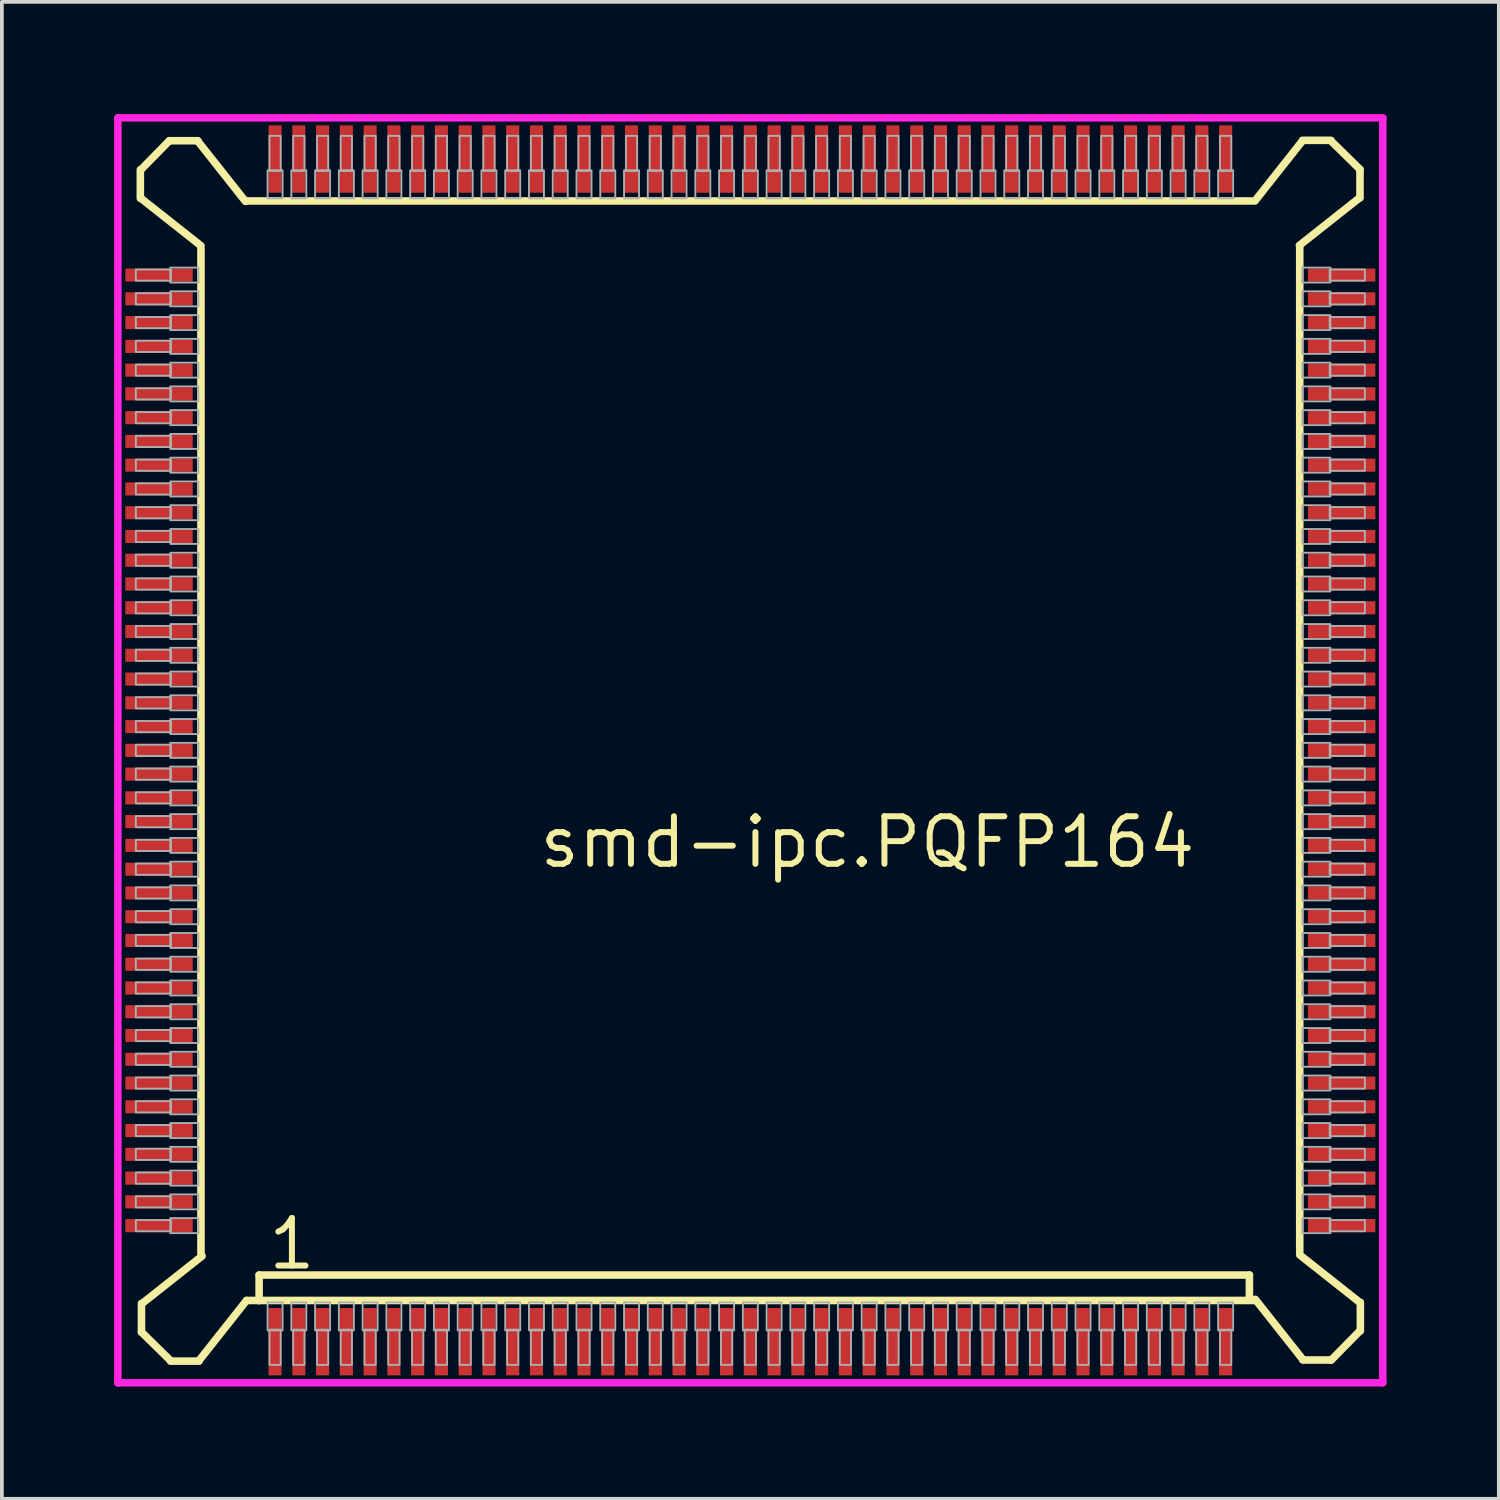
<source format=kicad_pcb>
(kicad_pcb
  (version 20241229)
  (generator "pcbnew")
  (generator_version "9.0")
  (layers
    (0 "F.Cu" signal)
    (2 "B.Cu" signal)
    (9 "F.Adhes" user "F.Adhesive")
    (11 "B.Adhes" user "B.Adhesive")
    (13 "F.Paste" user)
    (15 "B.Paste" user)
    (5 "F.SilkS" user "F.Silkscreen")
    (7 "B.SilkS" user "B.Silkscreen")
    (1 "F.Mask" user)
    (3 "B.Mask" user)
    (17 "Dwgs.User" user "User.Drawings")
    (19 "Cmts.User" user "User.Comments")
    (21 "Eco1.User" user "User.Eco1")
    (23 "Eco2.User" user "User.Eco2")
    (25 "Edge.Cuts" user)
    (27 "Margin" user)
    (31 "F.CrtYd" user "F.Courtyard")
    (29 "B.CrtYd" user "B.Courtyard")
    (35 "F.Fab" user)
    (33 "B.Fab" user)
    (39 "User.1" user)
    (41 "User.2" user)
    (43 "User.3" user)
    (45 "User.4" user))
  (footprint "smd-ipc.PQFP164"
    (layer "F.Cu")
    (at 17 17)
    (property "Reference" "smd-ipc.PQFP164" (at -5.715 3.195 0) (layer "F.SilkS") (effects (font (size 1.27 1.27) (thickness 0.16)) (justify left bottom)))
    (attr smd)
    (fp_line (start -16.3 -15.514) (end -16.3 -14.752) (stroke (width 0.203) (type default)) (layer "F.SilkS"))
    (fp_line (start -16.286 -14.752) (end -14.68 -13.482) (stroke (width 0.203) (type default)) (layer "F.SilkS"))
    (fp_line (start -16.27 14.782) (end -16.27 15.544) (stroke (width 0.203) (type default)) (layer "F.SilkS"))
    (fp_line (start -16.27 15.544) (end -15.494 16.306) (stroke (width 0.203) (type default)) (layer "F.SilkS"))
    (fp_line (start -15.524 -16.29) (end -16.286 -15.514) (stroke (width 0.203) (type default)) (layer "F.SilkS"))
    (fp_line (start -15.494 16.32) (end -14.732 16.32) (stroke (width 0.203) (type default)) (layer "F.SilkS"))
    (fp_line (start -14.762 -16.29) (end -15.524 -16.29) (stroke (width 0.203) (type default)) (layer "F.SilkS"))
    (fp_line (start -14.732 16.306) (end -13.462 14.7) (stroke (width 0.203) (type default)) (layer "F.SilkS"))
    (fp_line (start -14.68 -13.4) (end -14.68 13.442) (stroke (width 0.203) (type default)) (layer "F.SilkS"))
    (fp_line (start -14.65 13.512) (end -16.256 14.782) (stroke (width 0.203) (type default)) (layer "F.SilkS"))
    (fp_line (start -13.492 -14.67) (end -14.762 -16.276) (stroke (width 0.203) (type default)) (layer "F.SilkS"))
    (fp_line (start -13.462 14.7) (end -13.126 14.7) (stroke (width 0.203) (type default)) (layer "F.SilkS"))
    (fp_line (start -13.126 14.02) (end 13.335 14.02) (stroke (width 0.203) (type default)) (layer "F.SilkS"))
    (fp_line (start -13.126 14.7) (end -13.126 14.02) (stroke (width 0.203) (type default)) (layer "F.SilkS"))
    (fp_line (start -13.126 14.7) (end 13.462 14.7) (stroke (width 0.203) (type default)) (layer "F.SilkS"))
    (fp_line (start 13.335 14.02) (end 13.335 14.655) (stroke (width 0.203) (type default)) (layer "F.SilkS"))
    (fp_line (start 13.4 -14.68) (end -13.442 -14.68) (stroke (width 0.203) (type default)) (layer "F.SilkS"))
    (fp_line (start 13.492 14.67) (end 14.762 16.276) (stroke (width 0.203) (type default)) (layer "F.SilkS"))
    (fp_line (start 14.67 -13.492) (end 16.276 -14.762) (stroke (width 0.203) (type default)) (layer "F.SilkS"))
    (fp_line (start 14.68 13.4) (end 14.68 -13.442) (stroke (width 0.203) (type default)) (layer "F.SilkS"))
    (fp_line (start 14.752 -16.286) (end 13.482 -14.68) (stroke (width 0.203) (type default)) (layer "F.SilkS"))
    (fp_line (start 14.762 16.29) (end 15.524 16.29) (stroke (width 0.203) (type default)) (layer "F.SilkS"))
    (fp_line (start 15.514 -16.3) (end 14.752 -16.3) (stroke (width 0.203) (type default)) (layer "F.SilkS"))
    (fp_line (start 15.524 16.29) (end 16.286 15.514) (stroke (width 0.203) (type default)) (layer "F.SilkS"))
    (fp_line (start 16.286 14.752) (end 14.68 13.482) (stroke (width 0.203) (type default)) (layer "F.SilkS"))
    (fp_line (start 16.29 -15.524) (end 15.514 -16.286) (stroke (width 0.203) (type default)) (layer "F.SilkS"))
    (fp_line (start 16.29 -14.762) (end 16.29 -15.524) (stroke (width 0.203) (type default)) (layer "F.SilkS"))
    (fp_line (start 16.3 15.514) (end 16.3 14.752) (stroke (width 0.203) (type default)) (layer "F.SilkS"))
    (fp_line (start -16.9 -16.9) (end 16.9 -16.9) (stroke (width 0.2) (type default)) (layer "F.CrtYd"))
    (fp_line (start -16.9 16.9) (end -16.9 -16.9) (stroke (width 0.2) (type default)) (layer "F.CrtYd"))
    (fp_line (start 16.9 -16.9) (end 16.9 16.9) (stroke (width 0.2) (type default)) (layer "F.CrtYd"))
    (fp_line (start 16.9 16.9) (end -16.9 16.9) (stroke (width 0.2) (type default)) (layer "F.CrtYd"))
    (fp_rect (start -16.42 -12.55) (end -15.48 -12.85) (stroke (width 0.05) (type default)) (fill no) (layer "F.Fab"))
    (fp_rect (start -16.42 -11.915) (end -15.48 -12.215) (stroke (width 0.05) (type default)) (fill no) (layer "F.Fab"))
    (fp_rect (start -16.42 -11.28) (end -15.48 -11.58) (stroke (width 0.05) (type default)) (fill no) (layer "F.Fab"))
    (fp_rect (start -16.42 -10.645) (end -15.48 -10.945) (stroke (width 0.05) (type default)) (fill no) (layer "F.Fab"))
    (fp_rect (start -16.42 -10.01) (end -15.48 -10.31) (stroke (width 0.05) (type default)) (fill no) (layer "F.Fab"))
    (fp_rect (start -16.42 -9.375) (end -15.48 -9.675) (stroke (width 0.05) (type default)) (fill no) (layer "F.Fab"))
    (fp_rect (start -16.42 -8.74) (end -15.48 -9.04) (stroke (width 0.05) (type default)) (fill no) (layer "F.Fab"))
    (fp_rect (start -16.42 -8.105) (end -15.48 -8.405) (stroke (width 0.05) (type default)) (fill no) (layer "F.Fab"))
    (fp_rect (start -16.42 -7.47) (end -15.48 -7.77) (stroke (width 0.05) (type default)) (fill no) (layer "F.Fab"))
    (fp_rect (start -16.42 -6.835) (end -15.48 -7.135) (stroke (width 0.05) (type default)) (fill no) (layer "F.Fab"))
    (fp_rect (start -16.42 -6.2) (end -15.48 -6.5) (stroke (width 0.05) (type default)) (fill no) (layer "F.Fab"))
    (fp_rect (start -16.42 -5.565) (end -15.48 -5.865) (stroke (width 0.05) (type default)) (fill no) (layer "F.Fab"))
    (fp_rect (start -16.42 -4.93) (end -15.48 -5.23) (stroke (width 0.05) (type default)) (fill no) (layer "F.Fab"))
    (fp_rect (start -16.42 -4.295) (end -15.48 -4.595) (stroke (width 0.05) (type default)) (fill no) (layer "F.Fab"))
    (fp_rect (start -16.42 -3.66) (end -15.48 -3.96) (stroke (width 0.05) (type default)) (fill no) (layer "F.Fab"))
    (fp_rect (start -16.42 -3.025) (end -15.48 -3.325) (stroke (width 0.05) (type default)) (fill no) (layer "F.Fab"))
    (fp_rect (start -16.42 -2.39) (end -15.48 -2.69) (stroke (width 0.05) (type default)) (fill no) (layer "F.Fab"))
    (fp_rect (start -16.42 -1.755) (end -15.48 -2.055) (stroke (width 0.05) (type default)) (fill no) (layer "F.Fab"))
    (fp_rect (start -16.42 -1.12) (end -15.48 -1.42) (stroke (width 0.05) (type default)) (fill no) (layer "F.Fab"))
    (fp_rect (start -16.42 -0.485) (end -15.48 -0.785) (stroke (width 0.05) (type default)) (fill no) (layer "F.Fab"))
    (fp_rect (start -16.42 0.15) (end -15.48 -0.15) (stroke (width 0.05) (type default)) (fill no) (layer "F.Fab"))
    (fp_rect (start -16.42 0.785) (end -15.48 0.485) (stroke (width 0.05) (type default)) (fill no) (layer "F.Fab"))
    (fp_rect (start -16.42 1.42) (end -15.48 1.12) (stroke (width 0.05) (type default)) (fill no) (layer "F.Fab"))
    (fp_rect (start -16.42 2.055) (end -15.48 1.755) (stroke (width 0.05) (type default)) (fill no) (layer "F.Fab"))
    (fp_rect (start -16.42 2.69) (end -15.48 2.39) (stroke (width 0.05) (type default)) (fill no) (layer "F.Fab"))
    (fp_rect (start -16.42 3.325) (end -15.48 3.025) (stroke (width 0.05) (type default)) (fill no) (layer "F.Fab"))
    (fp_rect (start -16.42 3.96) (end -15.48 3.66) (stroke (width 0.05) (type default)) (fill no) (layer "F.Fab"))
    (fp_rect (start -16.42 4.595) (end -15.48 4.295) (stroke (width 0.05) (type default)) (fill no) (layer "F.Fab"))
    (fp_rect (start -16.42 5.23) (end -15.48 4.93) (stroke (width 0.05) (type default)) (fill no) (layer "F.Fab"))
    (fp_rect (start -16.42 5.865) (end -15.48 5.565) (stroke (width 0.05) (type default)) (fill no) (layer "F.Fab"))
    (fp_rect (start -16.42 6.5) (end -15.48 6.2) (stroke (width 0.05) (type default)) (fill no) (layer "F.Fab"))
    (fp_rect (start -16.42 7.135) (end -15.48 6.835) (stroke (width 0.05) (type default)) (fill no) (layer "F.Fab"))
    (fp_rect (start -16.42 7.77) (end -15.48 7.47) (stroke (width 0.05) (type default)) (fill no) (layer "F.Fab"))
    (fp_rect (start -16.42 8.405) (end -15.48 8.105) (stroke (width 0.05) (type default)) (fill no) (layer "F.Fab"))
    (fp_rect (start -16.42 9.04) (end -15.48 8.74) (stroke (width 0.05) (type default)) (fill no) (layer "F.Fab"))
    (fp_rect (start -16.42 9.675) (end -15.48 9.375) (stroke (width 0.05) (type default)) (fill no) (layer "F.Fab"))
    (fp_rect (start -16.42 10.31) (end -15.48 10.01) (stroke (width 0.05) (type default)) (fill no) (layer "F.Fab"))
    (fp_rect (start -16.42 10.945) (end -15.48 10.645) (stroke (width 0.05) (type default)) (fill no) (layer "F.Fab"))
    (fp_rect (start -16.42 11.58) (end -15.48 11.28) (stroke (width 0.05) (type default)) (fill no) (layer "F.Fab"))
    (fp_rect (start -16.42 12.215) (end -15.48 11.915) (stroke (width 0.05) (type default)) (fill no) (layer "F.Fab"))
    (fp_rect (start -16.42 12.85) (end -15.48 12.55) (stroke (width 0.05) (type default)) (fill no) (layer "F.Fab"))
    (fp_rect (start -15.5 -12.5) (end -14.75 -12.9) (stroke (width 0.05) (type default)) (fill no) (layer "F.Fab"))
    (fp_rect (start -15.5 -11.865) (end -14.75 -12.265) (stroke (width 0.05) (type default)) (fill no) (layer "F.Fab"))
    (fp_rect (start -15.5 -11.23) (end -14.75 -11.63) (stroke (width 0.05) (type default)) (fill no) (layer "F.Fab"))
    (fp_rect (start -15.5 -10.595) (end -14.75 -10.995) (stroke (width 0.05) (type default)) (fill no) (layer "F.Fab"))
    (fp_rect (start -15.5 -9.96) (end -14.75 -10.36) (stroke (width 0.05) (type default)) (fill no) (layer "F.Fab"))
    (fp_rect (start -15.5 -9.325) (end -14.75 -9.725) (stroke (width 0.05) (type default)) (fill no) (layer "F.Fab"))
    (fp_rect (start -15.5 -8.69) (end -14.75 -9.09) (stroke (width 0.05) (type default)) (fill no) (layer "F.Fab"))
    (fp_rect (start -15.5 -8.055) (end -14.75 -8.455) (stroke (width 0.05) (type default)) (fill no) (layer "F.Fab"))
    (fp_rect (start -15.5 -7.42) (end -14.75 -7.82) (stroke (width 0.05) (type default)) (fill no) (layer "F.Fab"))
    (fp_rect (start -15.5 -6.785) (end -14.75 -7.185) (stroke (width 0.05) (type default)) (fill no) (layer "F.Fab"))
    (fp_rect (start -15.5 -6.15) (end -14.75 -6.55) (stroke (width 0.05) (type default)) (fill no) (layer "F.Fab"))
    (fp_rect (start -15.5 -5.515) (end -14.75 -5.915) (stroke (width 0.05) (type default)) (fill no) (layer "F.Fab"))
    (fp_rect (start -15.5 -4.88) (end -14.75 -5.28) (stroke (width 0.05) (type default)) (fill no) (layer "F.Fab"))
    (fp_rect (start -15.5 -4.245) (end -14.75 -4.645) (stroke (width 0.05) (type default)) (fill no) (layer "F.Fab"))
    (fp_rect (start -15.5 -3.61) (end -14.75 -4.01) (stroke (width 0.05) (type default)) (fill no) (layer "F.Fab"))
    (fp_rect (start -15.5 -2.975) (end -14.75 -3.375) (stroke (width 0.05) (type default)) (fill no) (layer "F.Fab"))
    (fp_rect (start -15.5 -2.34) (end -14.75 -2.74) (stroke (width 0.05) (type default)) (fill no) (layer "F.Fab"))
    (fp_rect (start -15.5 -1.705) (end -14.75 -2.105) (stroke (width 0.05) (type default)) (fill no) (layer "F.Fab"))
    (fp_rect (start -15.5 -1.07) (end -14.75 -1.47) (stroke (width 0.05) (type default)) (fill no) (layer "F.Fab"))
    (fp_rect (start -15.5 -0.435) (end -14.75 -0.835) (stroke (width 0.05) (type default)) (fill no) (layer "F.Fab"))
    (fp_rect (start -15.5 0.2) (end -14.75 -0.2) (stroke (width 0.05) (type default)) (fill no) (layer "F.Fab"))
    (fp_rect (start -15.5 0.835) (end -14.75 0.435) (stroke (width 0.05) (type default)) (fill no) (layer "F.Fab"))
    (fp_rect (start -15.5 1.47) (end -14.75 1.07) (stroke (width 0.05) (type default)) (fill no) (layer "F.Fab"))
    (fp_rect (start -15.5 2.105) (end -14.75 1.705) (stroke (width 0.05) (type default)) (fill no) (layer "F.Fab"))
    (fp_rect (start -15.5 2.74) (end -14.75 2.34) (stroke (width 0.05) (type default)) (fill no) (layer "F.Fab"))
    (fp_rect (start -15.5 3.375) (end -14.75 2.975) (stroke (width 0.05) (type default)) (fill no) (layer "F.Fab"))
    (fp_rect (start -15.5 4.01) (end -14.75 3.61) (stroke (width 0.05) (type default)) (fill no) (layer "F.Fab"))
    (fp_rect (start -15.5 4.645) (end -14.75 4.245) (stroke (width 0.05) (type default)) (fill no) (layer "F.Fab"))
    (fp_rect (start -15.5 5.28) (end -14.75 4.88) (stroke (width 0.05) (type default)) (fill no) (layer "F.Fab"))
    (fp_rect (start -15.5 5.915) (end -14.75 5.515) (stroke (width 0.05) (type default)) (fill no) (layer "F.Fab"))
    (fp_rect (start -15.5 6.55) (end -14.75 6.15) (stroke (width 0.05) (type default)) (fill no) (layer "F.Fab"))
    (fp_rect (start -15.5 7.185) (end -14.75 6.785) (stroke (width 0.05) (type default)) (fill no) (layer "F.Fab"))
    (fp_rect (start -15.5 7.82) (end -14.75 7.42) (stroke (width 0.05) (type default)) (fill no) (layer "F.Fab"))
    (fp_rect (start -15.5 8.455) (end -14.75 8.055) (stroke (width 0.05) (type default)) (fill no) (layer "F.Fab"))
    (fp_rect (start -15.5 9.09) (end -14.75 8.69) (stroke (width 0.05) (type default)) (fill no) (layer "F.Fab"))
    (fp_rect (start -15.5 9.725) (end -14.75 9.325) (stroke (width 0.05) (type default)) (fill no) (layer "F.Fab"))
    (fp_rect (start -15.5 10.36) (end -14.75 9.96) (stroke (width 0.05) (type default)) (fill no) (layer "F.Fab"))
    (fp_rect (start -15.5 10.995) (end -14.75 10.595) (stroke (width 0.05) (type default)) (fill no) (layer "F.Fab"))
    (fp_rect (start -15.5 11.63) (end -14.75 11.23) (stroke (width 0.05) (type default)) (fill no) (layer "F.Fab"))
    (fp_rect (start -15.5 12.265) (end -14.75 11.865) (stroke (width 0.05) (type default)) (fill no) (layer "F.Fab"))
    (fp_rect (start -15.5 12.9) (end -14.75 12.5) (stroke (width 0.05) (type default)) (fill no) (layer "F.Fab"))
    (fp_rect (start -12.9 -14.75) (end -12.5 -15.5) (stroke (width 0.05) (type default)) (fill no) (layer "F.Fab"))
    (fp_rect (start -12.9 15.5) (end -12.5 14.75) (stroke (width 0.05) (type default)) (fill no) (layer "F.Fab"))
    (fp_rect (start -12.85 -15.48) (end -12.55 -16.42) (stroke (width 0.05) (type default)) (fill no) (layer "F.Fab"))
    (fp_rect (start -12.85 16.42) (end -12.55 15.48) (stroke (width 0.05) (type default)) (fill no) (layer "F.Fab"))
    (fp_rect (start -12.265 -14.75) (end -11.865 -15.5) (stroke (width 0.05) (type default)) (fill no) (layer "F.Fab"))
    (fp_rect (start -12.265 15.5) (end -11.865 14.75) (stroke (width 0.05) (type default)) (fill no) (layer "F.Fab"))
    (fp_rect (start -12.215 -15.48) (end -11.915 -16.42) (stroke (width 0.05) (type default)) (fill no) (layer "F.Fab"))
    (fp_rect (start -12.215 16.42) (end -11.915 15.48) (stroke (width 0.05) (type default)) (fill no) (layer "F.Fab"))
    (fp_rect (start -11.63 -14.75) (end -11.23 -15.5) (stroke (width 0.05) (type default)) (fill no) (layer "F.Fab"))
    (fp_rect (start -11.63 15.5) (end -11.23 14.75) (stroke (width 0.05) (type default)) (fill no) (layer "F.Fab"))
    (fp_rect (start -11.58 -15.48) (end -11.28 -16.42) (stroke (width 0.05) (type default)) (fill no) (layer "F.Fab"))
    (fp_rect (start -11.58 16.42) (end -11.28 15.48) (stroke (width 0.05) (type default)) (fill no) (layer "F.Fab"))
    (fp_rect (start -10.995 -14.75) (end -10.595 -15.5) (stroke (width 0.05) (type default)) (fill no) (layer "F.Fab"))
    (fp_rect (start -10.995 15.5) (end -10.595 14.75) (stroke (width 0.05) (type default)) (fill no) (layer "F.Fab"))
    (fp_rect (start -10.945 -15.48) (end -10.645 -16.42) (stroke (width 0.05) (type default)) (fill no) (layer "F.Fab"))
    (fp_rect (start -10.945 16.42) (end -10.645 15.48) (stroke (width 0.05) (type default)) (fill no) (layer "F.Fab"))
    (fp_rect (start -10.36 -14.75) (end -9.96 -15.5) (stroke (width 0.05) (type default)) (fill no) (layer "F.Fab"))
    (fp_rect (start -10.36 15.5) (end -9.96 14.75) (stroke (width 0.05) (type default)) (fill no) (layer "F.Fab"))
    (fp_rect (start -10.31 -15.48) (end -10.01 -16.42) (stroke (width 0.05) (type default)) (fill no) (layer "F.Fab"))
    (fp_rect (start -10.31 16.42) (end -10.01 15.48) (stroke (width 0.05) (type default)) (fill no) (layer "F.Fab"))
    (fp_rect (start -9.725 -14.75) (end -9.325 -15.5) (stroke (width 0.05) (type default)) (fill no) (layer "F.Fab"))
    (fp_rect (start -9.725 15.5) (end -9.325 14.75) (stroke (width 0.05) (type default)) (fill no) (layer "F.Fab"))
    (fp_rect (start -9.675 -15.48) (end -9.375 -16.42) (stroke (width 0.05) (type default)) (fill no) (layer "F.Fab"))
    (fp_rect (start -9.675 16.42) (end -9.375 15.48) (stroke (width 0.05) (type default)) (fill no) (layer "F.Fab"))
    (fp_rect (start -9.09 -14.75) (end -8.69 -15.5) (stroke (width 0.05) (type default)) (fill no) (layer "F.Fab"))
    (fp_rect (start -9.09 15.5) (end -8.69 14.75) (stroke (width 0.05) (type default)) (fill no) (layer "F.Fab"))
    (fp_rect (start -9.04 -15.48) (end -8.74 -16.42) (stroke (width 0.05) (type default)) (fill no) (layer "F.Fab"))
    (fp_rect (start -9.04 16.42) (end -8.74 15.48) (stroke (width 0.05) (type default)) (fill no) (layer "F.Fab"))
    (fp_rect (start -8.455 -14.75) (end -8.055 -15.5) (stroke (width 0.05) (type default)) (fill no) (layer "F.Fab"))
    (fp_rect (start -8.455 15.5) (end -8.055 14.75) (stroke (width 0.05) (type default)) (fill no) (layer "F.Fab"))
    (fp_rect (start -8.405 -15.48) (end -8.105 -16.42) (stroke (width 0.05) (type default)) (fill no) (layer "F.Fab"))
    (fp_rect (start -8.405 16.42) (end -8.105 15.48) (stroke (width 0.05) (type default)) (fill no) (layer "F.Fab"))
    (fp_rect (start -7.82 -14.75) (end -7.42 -15.5) (stroke (width 0.05) (type default)) (fill no) (layer "F.Fab"))
    (fp_rect (start -7.82 15.5) (end -7.42 14.75) (stroke (width 0.05) (type default)) (fill no) (layer "F.Fab"))
    (fp_rect (start -7.77 -15.48) (end -7.47 -16.42) (stroke (width 0.05) (type default)) (fill no) (layer "F.Fab"))
    (fp_rect (start -7.77 16.42) (end -7.47 15.48) (stroke (width 0.05) (type default)) (fill no) (layer "F.Fab"))
    (fp_rect (start -7.185 -14.75) (end -6.785 -15.5) (stroke (width 0.05) (type default)) (fill no) (layer "F.Fab"))
    (fp_rect (start -7.185 15.5) (end -6.785 14.75) (stroke (width 0.05) (type default)) (fill no) (layer "F.Fab"))
    (fp_rect (start -7.135 -15.48) (end -6.835 -16.42) (stroke (width 0.05) (type default)) (fill no) (layer "F.Fab"))
    (fp_rect (start -7.135 16.42) (end -6.835 15.48) (stroke (width 0.05) (type default)) (fill no) (layer "F.Fab"))
    (fp_rect (start -6.55 -14.75) (end -6.15 -15.5) (stroke (width 0.05) (type default)) (fill no) (layer "F.Fab"))
    (fp_rect (start -6.55 15.5) (end -6.15 14.75) (stroke (width 0.05) (type default)) (fill no) (layer "F.Fab"))
    (fp_rect (start -6.5 -15.48) (end -6.2 -16.42) (stroke (width 0.05) (type default)) (fill no) (layer "F.Fab"))
    (fp_rect (start -6.5 16.42) (end -6.2 15.48) (stroke (width 0.05) (type default)) (fill no) (layer "F.Fab"))
    (fp_rect (start -5.915 -14.75) (end -5.515 -15.5) (stroke (width 0.05) (type default)) (fill no) (layer "F.Fab"))
    (fp_rect (start -5.915 15.5) (end -5.515 14.75) (stroke (width 0.05) (type default)) (fill no) (layer "F.Fab"))
    (fp_rect (start -5.865 -15.48) (end -5.565 -16.42) (stroke (width 0.05) (type default)) (fill no) (layer "F.Fab"))
    (fp_rect (start -5.865 16.42) (end -5.565 15.48) (stroke (width 0.05) (type default)) (fill no) (layer "F.Fab"))
    (fp_rect (start -5.28 -14.75) (end -4.88 -15.5) (stroke (width 0.05) (type default)) (fill no) (layer "F.Fab"))
    (fp_rect (start -5.28 15.5) (end -4.88 14.75) (stroke (width 0.05) (type default)) (fill no) (layer "F.Fab"))
    (fp_rect (start -5.23 -15.48) (end -4.93 -16.42) (stroke (width 0.05) (type default)) (fill no) (layer "F.Fab"))
    (fp_rect (start -5.23 16.42) (end -4.93 15.48) (stroke (width 0.05) (type default)) (fill no) (layer "F.Fab"))
    (fp_rect (start -4.645 -14.75) (end -4.245 -15.5) (stroke (width 0.05) (type default)) (fill no) (layer "F.Fab"))
    (fp_rect (start -4.645 15.5) (end -4.245 14.75) (stroke (width 0.05) (type default)) (fill no) (layer "F.Fab"))
    (fp_rect (start -4.595 -15.48) (end -4.295 -16.42) (stroke (width 0.05) (type default)) (fill no) (layer "F.Fab"))
    (fp_rect (start -4.595 16.42) (end -4.295 15.48) (stroke (width 0.05) (type default)) (fill no) (layer "F.Fab"))
    (fp_rect (start -4.01 -14.75) (end -3.61 -15.5) (stroke (width 0.05) (type default)) (fill no) (layer "F.Fab"))
    (fp_rect (start -4.01 15.5) (end -3.61 14.75) (stroke (width 0.05) (type default)) (fill no) (layer "F.Fab"))
    (fp_rect (start -3.96 -15.48) (end -3.66 -16.42) (stroke (width 0.05) (type default)) (fill no) (layer "F.Fab"))
    (fp_rect (start -3.96 16.42) (end -3.66 15.48) (stroke (width 0.05) (type default)) (fill no) (layer "F.Fab"))
    (fp_rect (start -3.375 -14.75) (end -2.975 -15.5) (stroke (width 0.05) (type default)) (fill no) (layer "F.Fab"))
    (fp_rect (start -3.375 15.5) (end -2.975 14.75) (stroke (width 0.05) (type default)) (fill no) (layer "F.Fab"))
    (fp_rect (start -3.325 -15.48) (end -3.025 -16.42) (stroke (width 0.05) (type default)) (fill no) (layer "F.Fab"))
    (fp_rect (start -3.325 16.42) (end -3.025 15.48) (stroke (width 0.05) (type default)) (fill no) (layer "F.Fab"))
    (fp_rect (start -2.74 -14.75) (end -2.34 -15.5) (stroke (width 0.05) (type default)) (fill no) (layer "F.Fab"))
    (fp_rect (start -2.74 15.5) (end -2.34 14.75) (stroke (width 0.05) (type default)) (fill no) (layer "F.Fab"))
    (fp_rect (start -2.69 -15.48) (end -2.39 -16.42) (stroke (width 0.05) (type default)) (fill no) (layer "F.Fab"))
    (fp_rect (start -2.69 16.42) (end -2.39 15.48) (stroke (width 0.05) (type default)) (fill no) (layer "F.Fab"))
    (fp_rect (start -2.105 -14.75) (end -1.705 -15.5) (stroke (width 0.05) (type default)) (fill no) (layer "F.Fab"))
    (fp_rect (start -2.105 15.5) (end -1.705 14.75) (stroke (width 0.05) (type default)) (fill no) (layer "F.Fab"))
    (fp_rect (start -2.055 -15.48) (end -1.755 -16.42) (stroke (width 0.05) (type default)) (fill no) (layer "F.Fab"))
    (fp_rect (start -2.055 16.42) (end -1.755 15.48) (stroke (width 0.05) (type default)) (fill no) (layer "F.Fab"))
    (fp_rect (start -1.47 -14.75) (end -1.07 -15.5) (stroke (width 0.05) (type default)) (fill no) (layer "F.Fab"))
    (fp_rect (start -1.47 15.5) (end -1.07 14.75) (stroke (width 0.05) (type default)) (fill no) (layer "F.Fab"))
    (fp_rect (start -1.42 -15.48) (end -1.12 -16.42) (stroke (width 0.05) (type default)) (fill no) (layer "F.Fab"))
    (fp_rect (start -1.42 16.42) (end -1.12 15.48) (stroke (width 0.05) (type default)) (fill no) (layer "F.Fab"))
    (fp_rect (start -0.835 -14.75) (end -0.435 -15.5) (stroke (width 0.05) (type default)) (fill no) (layer "F.Fab"))
    (fp_rect (start -0.835 15.5) (end -0.435 14.75) (stroke (width 0.05) (type default)) (fill no) (layer "F.Fab"))
    (fp_rect (start -0.785 -15.48) (end -0.485 -16.42) (stroke (width 0.05) (type default)) (fill no) (layer "F.Fab"))
    (fp_rect (start -0.785 16.42) (end -0.485 15.48) (stroke (width 0.05) (type default)) (fill no) (layer "F.Fab"))
    (fp_rect (start -0.2 -14.75) (end 0.2 -15.5) (stroke (width 0.05) (type default)) (fill no) (layer "F.Fab"))
    (fp_rect (start -0.2 15.5) (end 0.2 14.75) (stroke (width 0.05) (type default)) (fill no) (layer "F.Fab"))
    (fp_rect (start -0.15 -15.48) (end 0.15 -16.42) (stroke (width 0.05) (type default)) (fill no) (layer "F.Fab"))
    (fp_rect (start -0.15 16.42) (end 0.15 15.48) (stroke (width 0.05) (type default)) (fill no) (layer "F.Fab"))
    (fp_rect (start 0.435 -14.75) (end 0.835 -15.5) (stroke (width 0.05) (type default)) (fill no) (layer "F.Fab"))
    (fp_rect (start 0.435 15.5) (end 0.835 14.75) (stroke (width 0.05) (type default)) (fill no) (layer "F.Fab"))
    (fp_rect (start 0.485 -15.48) (end 0.785 -16.42) (stroke (width 0.05) (type default)) (fill no) (layer "F.Fab"))
    (fp_rect (start 0.485 16.42) (end 0.785 15.48) (stroke (width 0.05) (type default)) (fill no) (layer "F.Fab"))
    (fp_rect (start 1.07 -14.75) (end 1.47 -15.5) (stroke (width 0.05) (type default)) (fill no) (layer "F.Fab"))
    (fp_rect (start 1.07 15.5) (end 1.47 14.75) (stroke (width 0.05) (type default)) (fill no) (layer "F.Fab"))
    (fp_rect (start 1.12 -15.48) (end 1.42 -16.42) (stroke (width 0.05) (type default)) (fill no) (layer "F.Fab"))
    (fp_rect (start 1.12 16.42) (end 1.42 15.48) (stroke (width 0.05) (type default)) (fill no) (layer "F.Fab"))
    (fp_rect (start 1.705 -14.75) (end 2.105 -15.5) (stroke (width 0.05) (type default)) (fill no) (layer "F.Fab"))
    (fp_rect (start 1.705 15.5) (end 2.105 14.75) (stroke (width 0.05) (type default)) (fill no) (layer "F.Fab"))
    (fp_rect (start 1.755 -15.48) (end 2.055 -16.42) (stroke (width 0.05) (type default)) (fill no) (layer "F.Fab"))
    (fp_rect (start 1.755 16.42) (end 2.055 15.48) (stroke (width 0.05) (type default)) (fill no) (layer "F.Fab"))
    (fp_rect (start 2.34 -14.75) (end 2.74 -15.5) (stroke (width 0.05) (type default)) (fill no) (layer "F.Fab"))
    (fp_rect (start 2.34 15.5) (end 2.74 14.75) (stroke (width 0.05) (type default)) (fill no) (layer "F.Fab"))
    (fp_rect (start 2.39 -15.48) (end 2.69 -16.42) (stroke (width 0.05) (type default)) (fill no) (layer "F.Fab"))
    (fp_rect (start 2.39 16.42) (end 2.69 15.48) (stroke (width 0.05) (type default)) (fill no) (layer "F.Fab"))
    (fp_rect (start 2.975 -14.75) (end 3.375 -15.5) (stroke (width 0.05) (type default)) (fill no) (layer "F.Fab"))
    (fp_rect (start 2.975 15.5) (end 3.375 14.75) (stroke (width 0.05) (type default)) (fill no) (layer "F.Fab"))
    (fp_rect (start 3.025 -15.48) (end 3.325 -16.42) (stroke (width 0.05) (type default)) (fill no) (layer "F.Fab"))
    (fp_rect (start 3.025 16.42) (end 3.325 15.48) (stroke (width 0.05) (type default)) (fill no) (layer "F.Fab"))
    (fp_rect (start 3.61 -14.75) (end 4.01 -15.5) (stroke (width 0.05) (type default)) (fill no) (layer "F.Fab"))
    (fp_rect (start 3.61 15.5) (end 4.01 14.75) (stroke (width 0.05) (type default)) (fill no) (layer "F.Fab"))
    (fp_rect (start 3.66 -15.48) (end 3.96 -16.42) (stroke (width 0.05) (type default)) (fill no) (layer "F.Fab"))
    (fp_rect (start 3.66 16.42) (end 3.96 15.48) (stroke (width 0.05) (type default)) (fill no) (layer "F.Fab"))
    (fp_rect (start 4.245 -14.75) (end 4.645 -15.5) (stroke (width 0.05) (type default)) (fill no) (layer "F.Fab"))
    (fp_rect (start 4.245 15.5) (end 4.645 14.75) (stroke (width 0.05) (type default)) (fill no) (layer "F.Fab"))
    (fp_rect (start 4.295 -15.48) (end 4.595 -16.42) (stroke (width 0.05) (type default)) (fill no) (layer "F.Fab"))
    (fp_rect (start 4.295 16.42) (end 4.595 15.48) (stroke (width 0.05) (type default)) (fill no) (layer "F.Fab"))
    (fp_rect (start 4.88 -14.75) (end 5.28 -15.5) (stroke (width 0.05) (type default)) (fill no) (layer "F.Fab"))
    (fp_rect (start 4.88 15.5) (end 5.28 14.75) (stroke (width 0.05) (type default)) (fill no) (layer "F.Fab"))
    (fp_rect (start 4.93 -15.48) (end 5.23 -16.42) (stroke (width 0.05) (type default)) (fill no) (layer "F.Fab"))
    (fp_rect (start 4.93 16.42) (end 5.23 15.48) (stroke (width 0.05) (type default)) (fill no) (layer "F.Fab"))
    (fp_rect (start 5.515 -14.75) (end 5.915 -15.5) (stroke (width 0.05) (type default)) (fill no) (layer "F.Fab"))
    (fp_rect (start 5.515 15.5) (end 5.915 14.75) (stroke (width 0.05) (type default)) (fill no) (layer "F.Fab"))
    (fp_rect (start 5.565 -15.48) (end 5.865 -16.42) (stroke (width 0.05) (type default)) (fill no) (layer "F.Fab"))
    (fp_rect (start 5.565 16.42) (end 5.865 15.48) (stroke (width 0.05) (type default)) (fill no) (layer "F.Fab"))
    (fp_rect (start 6.15 -14.75) (end 6.55 -15.5) (stroke (width 0.05) (type default)) (fill no) (layer "F.Fab"))
    (fp_rect (start 6.15 15.5) (end 6.55 14.75) (stroke (width 0.05) (type default)) (fill no) (layer "F.Fab"))
    (fp_rect (start 6.2 -15.48) (end 6.5 -16.42) (stroke (width 0.05) (type default)) (fill no) (layer "F.Fab"))
    (fp_rect (start 6.2 16.42) (end 6.5 15.48) (stroke (width 0.05) (type default)) (fill no) (layer "F.Fab"))
    (fp_rect (start 6.785 -14.75) (end 7.185 -15.5) (stroke (width 0.05) (type default)) (fill no) (layer "F.Fab"))
    (fp_rect (start 6.785 15.5) (end 7.185 14.75) (stroke (width 0.05) (type default)) (fill no) (layer "F.Fab"))
    (fp_rect (start 6.835 -15.48) (end 7.135 -16.42) (stroke (width 0.05) (type default)) (fill no) (layer "F.Fab"))
    (fp_rect (start 6.835 16.42) (end 7.135 15.48) (stroke (width 0.05) (type default)) (fill no) (layer "F.Fab"))
    (fp_rect (start 7.42 -14.75) (end 7.82 -15.5) (stroke (width 0.05) (type default)) (fill no) (layer "F.Fab"))
    (fp_rect (start 7.42 15.5) (end 7.82 14.75) (stroke (width 0.05) (type default)) (fill no) (layer "F.Fab"))
    (fp_rect (start 7.47 -15.48) (end 7.77 -16.42) (stroke (width 0.05) (type default)) (fill no) (layer "F.Fab"))
    (fp_rect (start 7.47 16.42) (end 7.77 15.48) (stroke (width 0.05) (type default)) (fill no) (layer "F.Fab"))
    (fp_rect (start 8.055 -14.75) (end 8.455 -15.5) (stroke (width 0.05) (type default)) (fill no) (layer "F.Fab"))
    (fp_rect (start 8.055 15.5) (end 8.455 14.75) (stroke (width 0.05) (type default)) (fill no) (layer "F.Fab"))
    (fp_rect (start 8.105 -15.48) (end 8.405 -16.42) (stroke (width 0.05) (type default)) (fill no) (layer "F.Fab"))
    (fp_rect (start 8.105 16.42) (end 8.405 15.48) (stroke (width 0.05) (type default)) (fill no) (layer "F.Fab"))
    (fp_rect (start 8.69 -14.75) (end 9.09 -15.5) (stroke (width 0.05) (type default)) (fill no) (layer "F.Fab"))
    (fp_rect (start 8.69 15.5) (end 9.09 14.75) (stroke (width 0.05) (type default)) (fill no) (layer "F.Fab"))
    (fp_rect (start 8.74 -15.48) (end 9.04 -16.42) (stroke (width 0.05) (type default)) (fill no) (layer "F.Fab"))
    (fp_rect (start 8.74 16.42) (end 9.04 15.48) (stroke (width 0.05) (type default)) (fill no) (layer "F.Fab"))
    (fp_rect (start 9.325 -14.75) (end 9.725 -15.5) (stroke (width 0.05) (type default)) (fill no) (layer "F.Fab"))
    (fp_rect (start 9.325 15.5) (end 9.725 14.75) (stroke (width 0.05) (type default)) (fill no) (layer "F.Fab"))
    (fp_rect (start 9.375 -15.48) (end 9.675 -16.42) (stroke (width 0.05) (type default)) (fill no) (layer "F.Fab"))
    (fp_rect (start 9.375 16.42) (end 9.675 15.48) (stroke (width 0.05) (type default)) (fill no) (layer "F.Fab"))
    (fp_rect (start 9.96 -14.75) (end 10.36 -15.5) (stroke (width 0.05) (type default)) (fill no) (layer "F.Fab"))
    (fp_rect (start 9.96 15.5) (end 10.36 14.75) (stroke (width 0.05) (type default)) (fill no) (layer "F.Fab"))
    (fp_rect (start 10.01 -15.48) (end 10.31 -16.42) (stroke (width 0.05) (type default)) (fill no) (layer "F.Fab"))
    (fp_rect (start 10.01 16.42) (end 10.31 15.48) (stroke (width 0.05) (type default)) (fill no) (layer "F.Fab"))
    (fp_rect (start 10.595 -14.75) (end 10.995 -15.5) (stroke (width 0.05) (type default)) (fill no) (layer "F.Fab"))
    (fp_rect (start 10.595 15.5) (end 10.995 14.75) (stroke (width 0.05) (type default)) (fill no) (layer "F.Fab"))
    (fp_rect (start 10.645 -15.48) (end 10.945 -16.42) (stroke (width 0.05) (type default)) (fill no) (layer "F.Fab"))
    (fp_rect (start 10.645 16.42) (end 10.945 15.48) (stroke (width 0.05) (type default)) (fill no) (layer "F.Fab"))
    (fp_rect (start 11.23 -14.75) (end 11.63 -15.5) (stroke (width 0.05) (type default)) (fill no) (layer "F.Fab"))
    (fp_rect (start 11.23 15.5) (end 11.63 14.75) (stroke (width 0.05) (type default)) (fill no) (layer "F.Fab"))
    (fp_rect (start 11.28 -15.48) (end 11.58 -16.42) (stroke (width 0.05) (type default)) (fill no) (layer "F.Fab"))
    (fp_rect (start 11.28 16.42) (end 11.58 15.48) (stroke (width 0.05) (type default)) (fill no) (layer "F.Fab"))
    (fp_rect (start 11.865 -14.75) (end 12.265 -15.5) (stroke (width 0.05) (type default)) (fill no) (layer "F.Fab"))
    (fp_rect (start 11.865 15.5) (end 12.265 14.75) (stroke (width 0.05) (type default)) (fill no) (layer "F.Fab"))
    (fp_rect (start 11.915 -15.48) (end 12.215 -16.42) (stroke (width 0.05) (type default)) (fill no) (layer "F.Fab"))
    (fp_rect (start 11.915 16.42) (end 12.215 15.48) (stroke (width 0.05) (type default)) (fill no) (layer "F.Fab"))
    (fp_rect (start 12.5 -14.75) (end 12.9 -15.5) (stroke (width 0.05) (type default)) (fill no) (layer "F.Fab"))
    (fp_rect (start 12.5 15.5) (end 12.9 14.75) (stroke (width 0.05) (type default)) (fill no) (layer "F.Fab"))
    (fp_rect (start 12.55 -15.48) (end 12.85 -16.42) (stroke (width 0.05) (type default)) (fill no) (layer "F.Fab"))
    (fp_rect (start 12.55 16.42) (end 12.85 15.48) (stroke (width 0.05) (type default)) (fill no) (layer "F.Fab"))
    (fp_rect (start 14.75 -12.5) (end 15.5 -12.9) (stroke (width 0.05) (type default)) (fill no) (layer "F.Fab"))
    (fp_rect (start 14.75 -11.865) (end 15.5 -12.265) (stroke (width 0.05) (type default)) (fill no) (layer "F.Fab"))
    (fp_rect (start 14.75 -11.23) (end 15.5 -11.63) (stroke (width 0.05) (type default)) (fill no) (layer "F.Fab"))
    (fp_rect (start 14.75 -10.595) (end 15.5 -10.995) (stroke (width 0.05) (type default)) (fill no) (layer "F.Fab"))
    (fp_rect (start 14.75 -9.96) (end 15.5 -10.36) (stroke (width 0.05) (type default)) (fill no) (layer "F.Fab"))
    (fp_rect (start 14.75 -9.325) (end 15.5 -9.725) (stroke (width 0.05) (type default)) (fill no) (layer "F.Fab"))
    (fp_rect (start 14.75 -8.69) (end 15.5 -9.09) (stroke (width 0.05) (type default)) (fill no) (layer "F.Fab"))
    (fp_rect (start 14.75 -8.055) (end 15.5 -8.455) (stroke (width 0.05) (type default)) (fill no) (layer "F.Fab"))
    (fp_rect (start 14.75 -7.42) (end 15.5 -7.82) (stroke (width 0.05) (type default)) (fill no) (layer "F.Fab"))
    (fp_rect (start 14.75 -6.785) (end 15.5 -7.185) (stroke (width 0.05) (type default)) (fill no) (layer "F.Fab"))
    (fp_rect (start 14.75 -6.15) (end 15.5 -6.55) (stroke (width 0.05) (type default)) (fill no) (layer "F.Fab"))
    (fp_rect (start 14.75 -5.515) (end 15.5 -5.915) (stroke (width 0.05) (type default)) (fill no) (layer "F.Fab"))
    (fp_rect (start 14.75 -4.88) (end 15.5 -5.28) (stroke (width 0.05) (type default)) (fill no) (layer "F.Fab"))
    (fp_rect (start 14.75 -4.245) (end 15.5 -4.645) (stroke (width 0.05) (type default)) (fill no) (layer "F.Fab"))
    (fp_rect (start 14.75 -3.61) (end 15.5 -4.01) (stroke (width 0.05) (type default)) (fill no) (layer "F.Fab"))
    (fp_rect (start 14.75 -2.975) (end 15.5 -3.375) (stroke (width 0.05) (type default)) (fill no) (layer "F.Fab"))
    (fp_rect (start 14.75 -2.34) (end 15.5 -2.74) (stroke (width 0.05) (type default)) (fill no) (layer "F.Fab"))
    (fp_rect (start 14.75 -1.705) (end 15.5 -2.105) (stroke (width 0.05) (type default)) (fill no) (layer "F.Fab"))
    (fp_rect (start 14.75 -1.07) (end 15.5 -1.47) (stroke (width 0.05) (type default)) (fill no) (layer "F.Fab"))
    (fp_rect (start 14.75 -0.435) (end 15.5 -0.835) (stroke (width 0.05) (type default)) (fill no) (layer "F.Fab"))
    (fp_rect (start 14.75 0.2) (end 15.5 -0.2) (stroke (width 0.05) (type default)) (fill no) (layer "F.Fab"))
    (fp_rect (start 14.75 0.835) (end 15.5 0.435) (stroke (width 0.05) (type default)) (fill no) (layer "F.Fab"))
    (fp_rect (start 14.75 1.47) (end 15.5 1.07) (stroke (width 0.05) (type default)) (fill no) (layer "F.Fab"))
    (fp_rect (start 14.75 2.105) (end 15.5 1.705) (stroke (width 0.05) (type default)) (fill no) (layer "F.Fab"))
    (fp_rect (start 14.75 2.74) (end 15.5 2.34) (stroke (width 0.05) (type default)) (fill no) (layer "F.Fab"))
    (fp_rect (start 14.75 3.375) (end 15.5 2.975) (stroke (width 0.05) (type default)) (fill no) (layer "F.Fab"))
    (fp_rect (start 14.75 4.01) (end 15.5 3.61) (stroke (width 0.05) (type default)) (fill no) (layer "F.Fab"))
    (fp_rect (start 14.75 4.645) (end 15.5 4.245) (stroke (width 0.05) (type default)) (fill no) (layer "F.Fab"))
    (fp_rect (start 14.75 5.28) (end 15.5 4.88) (stroke (width 0.05) (type default)) (fill no) (layer "F.Fab"))
    (fp_rect (start 14.75 5.915) (end 15.5 5.515) (stroke (width 0.05) (type default)) (fill no) (layer "F.Fab"))
    (fp_rect (start 14.75 6.55) (end 15.5 6.15) (stroke (width 0.05) (type default)) (fill no) (layer "F.Fab"))
    (fp_rect (start 14.75 7.185) (end 15.5 6.785) (stroke (width 0.05) (type default)) (fill no) (layer "F.Fab"))
    (fp_rect (start 14.75 7.82) (end 15.5 7.42) (stroke (width 0.05) (type default)) (fill no) (layer "F.Fab"))
    (fp_rect (start 14.75 8.455) (end 15.5 8.055) (stroke (width 0.05) (type default)) (fill no) (layer "F.Fab"))
    (fp_rect (start 14.75 9.09) (end 15.5 8.69) (stroke (width 0.05) (type default)) (fill no) (layer "F.Fab"))
    (fp_rect (start 14.75 9.725) (end 15.5 9.325) (stroke (width 0.05) (type default)) (fill no) (layer "F.Fab"))
    (fp_rect (start 14.75 10.36) (end 15.5 9.96) (stroke (width 0.05) (type default)) (fill no) (layer "F.Fab"))
    (fp_rect (start 14.75 10.995) (end 15.5 10.595) (stroke (width 0.05) (type default)) (fill no) (layer "F.Fab"))
    (fp_rect (start 14.75 11.63) (end 15.5 11.23) (stroke (width 0.05) (type default)) (fill no) (layer "F.Fab"))
    (fp_rect (start 14.75 12.265) (end 15.5 11.865) (stroke (width 0.05) (type default)) (fill no) (layer "F.Fab"))
    (fp_rect (start 14.75 12.9) (end 15.5 12.5) (stroke (width 0.05) (type default)) (fill no) (layer "F.Fab"))
    (fp_rect (start 15.48 -12.55) (end 16.42 -12.85) (stroke (width 0.05) (type default)) (fill no) (layer "F.Fab"))
    (fp_rect (start 15.48 -11.915) (end 16.42 -12.215) (stroke (width 0.05) (type default)) (fill no) (layer "F.Fab"))
    (fp_rect (start 15.48 -11.28) (end 16.42 -11.58) (stroke (width 0.05) (type default)) (fill no) (layer "F.Fab"))
    (fp_rect (start 15.48 -10.645) (end 16.42 -10.945) (stroke (width 0.05) (type default)) (fill no) (layer "F.Fab"))
    (fp_rect (start 15.48 -10.01) (end 16.42 -10.31) (stroke (width 0.05) (type default)) (fill no) (layer "F.Fab"))
    (fp_rect (start 15.48 -9.375) (end 16.42 -9.675) (stroke (width 0.05) (type default)) (fill no) (layer "F.Fab"))
    (fp_rect (start 15.48 -8.74) (end 16.42 -9.04) (stroke (width 0.05) (type default)) (fill no) (layer "F.Fab"))
    (fp_rect (start 15.48 -8.105) (end 16.42 -8.405) (stroke (width 0.05) (type default)) (fill no) (layer "F.Fab"))
    (fp_rect (start 15.48 -7.47) (end 16.42 -7.77) (stroke (width 0.05) (type default)) (fill no) (layer "F.Fab"))
    (fp_rect (start 15.48 -6.835) (end 16.42 -7.135) (stroke (width 0.05) (type default)) (fill no) (layer "F.Fab"))
    (fp_rect (start 15.48 -6.2) (end 16.42 -6.5) (stroke (width 0.05) (type default)) (fill no) (layer "F.Fab"))
    (fp_rect (start 15.48 -5.565) (end 16.42 -5.865) (stroke (width 0.05) (type default)) (fill no) (layer "F.Fab"))
    (fp_rect (start 15.48 -4.93) (end 16.42 -5.23) (stroke (width 0.05) (type default)) (fill no) (layer "F.Fab"))
    (fp_rect (start 15.48 -4.295) (end 16.42 -4.595) (stroke (width 0.05) (type default)) (fill no) (layer "F.Fab"))
    (fp_rect (start 15.48 -3.66) (end 16.42 -3.96) (stroke (width 0.05) (type default)) (fill no) (layer "F.Fab"))
    (fp_rect (start 15.48 -3.025) (end 16.42 -3.325) (stroke (width 0.05) (type default)) (fill no) (layer "F.Fab"))
    (fp_rect (start 15.48 -2.39) (end 16.42 -2.69) (stroke (width 0.05) (type default)) (fill no) (layer "F.Fab"))
    (fp_rect (start 15.48 -1.755) (end 16.42 -2.055) (stroke (width 0.05) (type default)) (fill no) (layer "F.Fab"))
    (fp_rect (start 15.48 -1.12) (end 16.42 -1.42) (stroke (width 0.05) (type default)) (fill no) (layer "F.Fab"))
    (fp_rect (start 15.48 -0.485) (end 16.42 -0.785) (stroke (width 0.05) (type default)) (fill no) (layer "F.Fab"))
    (fp_rect (start 15.48 0.15) (end 16.42 -0.15) (stroke (width 0.05) (type default)) (fill no) (layer "F.Fab"))
    (fp_rect (start 15.48 0.785) (end 16.42 0.485) (stroke (width 0.05) (type default)) (fill no) (layer "F.Fab"))
    (fp_rect (start 15.48 1.42) (end 16.42 1.12) (stroke (width 0.05) (type default)) (fill no) (layer "F.Fab"))
    (fp_rect (start 15.48 2.055) (end 16.42 1.755) (stroke (width 0.05) (type default)) (fill no) (layer "F.Fab"))
    (fp_rect (start 15.48 2.69) (end 16.42 2.39) (stroke (width 0.05) (type default)) (fill no) (layer "F.Fab"))
    (fp_rect (start 15.48 3.325) (end 16.42 3.025) (stroke (width 0.05) (type default)) (fill no) (layer "F.Fab"))
    (fp_rect (start 15.48 3.96) (end 16.42 3.66) (stroke (width 0.05) (type default)) (fill no) (layer "F.Fab"))
    (fp_rect (start 15.48 4.595) (end 16.42 4.295) (stroke (width 0.05) (type default)) (fill no) (layer "F.Fab"))
    (fp_rect (start 15.48 5.23) (end 16.42 4.93) (stroke (width 0.05) (type default)) (fill no) (layer "F.Fab"))
    (fp_rect (start 15.48 5.865) (end 16.42 5.565) (stroke (width 0.05) (type default)) (fill no) (layer "F.Fab"))
    (fp_rect (start 15.48 6.5) (end 16.42 6.2) (stroke (width 0.05) (type default)) (fill no) (layer "F.Fab"))
    (fp_rect (start 15.48 7.135) (end 16.42 6.835) (stroke (width 0.05) (type default)) (fill no) (layer "F.Fab"))
    (fp_rect (start 15.48 7.77) (end 16.42 7.47) (stroke (width 0.05) (type default)) (fill no) (layer "F.Fab"))
    (fp_rect (start 15.48 8.405) (end 16.42 8.105) (stroke (width 0.05) (type default)) (fill no) (layer "F.Fab"))
    (fp_rect (start 15.48 9.04) (end 16.42 8.74) (stroke (width 0.05) (type default)) (fill no) (layer "F.Fab"))
    (fp_rect (start 15.48 9.675) (end 16.42 9.375) (stroke (width 0.05) (type default)) (fill no) (layer "F.Fab"))
    (fp_rect (start 15.48 10.31) (end 16.42 10.01) (stroke (width 0.05) (type default)) (fill no) (layer "F.Fab"))
    (fp_rect (start 15.48 10.945) (end 16.42 10.645) (stroke (width 0.05) (type default)) (fill no) (layer "F.Fab"))
    (fp_rect (start 15.48 11.58) (end 16.42 11.28) (stroke (width 0.05) (type default)) (fill no) (layer "F.Fab"))
    (fp_rect (start 15.48 12.215) (end 16.42 11.915) (stroke (width 0.05) (type default)) (fill no) (layer "F.Fab"))
    (fp_rect (start 15.48 12.85) (end 16.42 12.55) (stroke (width 0.05) (type default)) (fill no) (layer "F.Fab"))
    (fp_text user "1" (at -12.96 13.93 0) (layer "F.SilkS") (effects (font (size 1.27 1.27) (thickness 0.16)) (justify left bottom)))
    (pad "1" smd roundrect (at -12.7 15.8) (size 0.35 1.8) (layers "F.Cu" "F.Mask" "F.Paste") (roundrect_rratio 0.01))
    (pad "2" smd roundrect (at -12.065 15.8) (size 0.35 1.8) (layers "F.Cu" "F.Mask" "F.Paste") (roundrect_rratio 0.01))
    (pad "3" smd roundrect (at -11.43 15.8) (size 0.35 1.8) (layers "F.Cu" "F.Mask" "F.Paste") (roundrect_rratio 0.01))
    (pad "4" smd roundrect (at -10.795 15.8) (size 0.35 1.8) (layers "F.Cu" "F.Mask" "F.Paste") (roundrect_rratio 0.01))
    (pad "5" smd roundrect (at -10.16 15.8) (size 0.35 1.8) (layers "F.Cu" "F.Mask" "F.Paste") (roundrect_rratio 0.01))
    (pad "6" smd roundrect (at -9.525 15.8) (size 0.35 1.8) (layers "F.Cu" "F.Mask" "F.Paste") (roundrect_rratio 0.01))
    (pad "7" smd roundrect (at -8.89 15.8) (size 0.35 1.8) (layers "F.Cu" "F.Mask" "F.Paste") (roundrect_rratio 0.01))
    (pad "8" smd roundrect (at -8.255 15.8) (size 0.35 1.8) (layers "F.Cu" "F.Mask" "F.Paste") (roundrect_rratio 0.01))
    (pad "9" smd roundrect (at -7.62 15.8) (size 0.35 1.8) (layers "F.Cu" "F.Mask" "F.Paste") (roundrect_rratio 0.01))
    (pad "10" smd roundrect (at -6.985 15.8) (size 0.35 1.8) (layers "F.Cu" "F.Mask" "F.Paste") (roundrect_rratio 0.01))
    (pad "11" smd roundrect (at -6.35 15.8) (size 0.35 1.8) (layers "F.Cu" "F.Mask" "F.Paste") (roundrect_rratio 0.01))
    (pad "12" smd roundrect (at -5.715 15.8) (size 0.35 1.8) (layers "F.Cu" "F.Mask" "F.Paste") (roundrect_rratio 0.01))
    (pad "13" smd roundrect (at -5.08 15.8) (size 0.35 1.8) (layers "F.Cu" "F.Mask" "F.Paste") (roundrect_rratio 0.01))
    (pad "14" smd roundrect (at -4.445 15.8) (size 0.35 1.8) (layers "F.Cu" "F.Mask" "F.Paste") (roundrect_rratio 0.01))
    (pad "15" smd roundrect (at -3.81 15.8) (size 0.35 1.8) (layers "F.Cu" "F.Mask" "F.Paste") (roundrect_rratio 0.01))
    (pad "16" smd roundrect (at -3.175 15.8) (size 0.35 1.8) (layers "F.Cu" "F.Mask" "F.Paste") (roundrect_rratio 0.01))
    (pad "17" smd roundrect (at -2.54 15.8) (size 0.35 1.8) (layers "F.Cu" "F.Mask" "F.Paste") (roundrect_rratio 0.01))
    (pad "18" smd roundrect (at -1.905 15.8) (size 0.35 1.8) (layers "F.Cu" "F.Mask" "F.Paste") (roundrect_rratio 0.01))
    (pad "19" smd roundrect (at -1.27 15.8) (size 0.35 1.8) (layers "F.Cu" "F.Mask" "F.Paste") (roundrect_rratio 0.01))
    (pad "20" smd roundrect (at -0.635 15.8) (size 0.35 1.8) (layers "F.Cu" "F.Mask" "F.Paste") (roundrect_rratio 0.01))
    (pad "21" smd roundrect (at 0 15.8) (size 0.35 1.8) (layers "F.Cu" "F.Mask" "F.Paste") (roundrect_rratio 0.01))
    (pad "22" smd roundrect (at 0.635 15.8) (size 0.35 1.8) (layers "F.Cu" "F.Mask" "F.Paste") (roundrect_rratio 0.01))
    (pad "23" smd roundrect (at 1.27 15.8) (size 0.35 1.8) (layers "F.Cu" "F.Mask" "F.Paste") (roundrect_rratio 0.01))
    (pad "24" smd roundrect (at 1.905 15.8) (size 0.35 1.8) (layers "F.Cu" "F.Mask" "F.Paste") (roundrect_rratio 0.01))
    (pad "25" smd roundrect (at 2.54 15.8) (size 0.35 1.8) (layers "F.Cu" "F.Mask" "F.Paste") (roundrect_rratio 0.01))
    (pad "26" smd roundrect (at 3.175 15.8) (size 0.35 1.8) (layers "F.Cu" "F.Mask" "F.Paste") (roundrect_rratio 0.01))
    (pad "27" smd roundrect (at 3.81 15.8) (size 0.35 1.8) (layers "F.Cu" "F.Mask" "F.Paste") (roundrect_rratio 0.01))
    (pad "28" smd roundrect (at 4.445 15.8) (size 0.35 1.8) (layers "F.Cu" "F.Mask" "F.Paste") (roundrect_rratio 0.01))
    (pad "29" smd roundrect (at 5.08 15.8) (size 0.35 1.8) (layers "F.Cu" "F.Mask" "F.Paste") (roundrect_rratio 0.01))
    (pad "30" smd roundrect (at 5.715 15.8) (size 0.35 1.8) (layers "F.Cu" "F.Mask" "F.Paste") (roundrect_rratio 0.01))
    (pad "31" smd roundrect (at 6.35 15.8) (size 0.35 1.8) (layers "F.Cu" "F.Mask" "F.Paste") (roundrect_rratio 0.01))
    (pad "32" smd roundrect (at 6.985 15.8) (size 0.35 1.8) (layers "F.Cu" "F.Mask" "F.Paste") (roundrect_rratio 0.01))
    (pad "33" smd roundrect (at 7.62 15.8) (size 0.35 1.8) (layers "F.Cu" "F.Mask" "F.Paste") (roundrect_rratio 0.01))
    (pad "34" smd roundrect (at 8.255 15.8) (size 0.35 1.8) (layers "F.Cu" "F.Mask" "F.Paste") (roundrect_rratio 0.01))
    (pad "35" smd roundrect (at 8.89 15.8) (size 0.35 1.8) (layers "F.Cu" "F.Mask" "F.Paste") (roundrect_rratio 0.01))
    (pad "36" smd roundrect (at 9.525 15.8) (size 0.35 1.8) (layers "F.Cu" "F.Mask" "F.Paste") (roundrect_rratio 0.01))
    (pad "37" smd roundrect (at 10.16 15.8) (size 0.35 1.8) (layers "F.Cu" "F.Mask" "F.Paste") (roundrect_rratio 0.01))
    (pad "38" smd roundrect (at 10.795 15.8) (size 0.35 1.8) (layers "F.Cu" "F.Mask" "F.Paste") (roundrect_rratio 0.01))
    (pad "39" smd roundrect (at 11.43 15.8) (size 0.35 1.8) (layers "F.Cu" "F.Mask" "F.Paste") (roundrect_rratio 0.01))
    (pad "40" smd roundrect (at 12.065 15.8) (size 0.35 1.8) (layers "F.Cu" "F.Mask" "F.Paste") (roundrect_rratio 0.01))
    (pad "41" smd roundrect (at 12.7 15.8) (size 0.35 1.8) (layers "F.Cu" "F.Mask" "F.Paste") (roundrect_rratio 0.01))
    (pad "42" smd roundrect (at 15.8 12.7) (size 1.8 0.35) (layers "F.Cu" "F.Mask" "F.Paste") (roundrect_rratio 0.01))
    (pad "43" smd roundrect (at 15.8 12.065) (size 1.8 0.35) (layers "F.Cu" "F.Mask" "F.Paste") (roundrect_rratio 0.01))
    (pad "44" smd roundrect (at 15.8 11.43) (size 1.8 0.35) (layers "F.Cu" "F.Mask" "F.Paste") (roundrect_rratio 0.01))
    (pad "45" smd roundrect (at 15.8 10.795) (size 1.8 0.35) (layers "F.Cu" "F.Mask" "F.Paste") (roundrect_rratio 0.01))
    (pad "46" smd roundrect (at 15.8 10.16) (size 1.8 0.35) (layers "F.Cu" "F.Mask" "F.Paste") (roundrect_rratio 0.01))
    (pad "47" smd roundrect (at 15.8 9.525) (size 1.8 0.35) (layers "F.Cu" "F.Mask" "F.Paste") (roundrect_rratio 0.01))
    (pad "48" smd roundrect (at 15.8 8.89) (size 1.8 0.35) (layers "F.Cu" "F.Mask" "F.Paste") (roundrect_rratio 0.01))
    (pad "49" smd roundrect (at 15.8 8.255) (size 1.8 0.35) (layers "F.Cu" "F.Mask" "F.Paste") (roundrect_rratio 0.01))
    (pad "50" smd roundrect (at 15.8 7.62) (size 1.8 0.35) (layers "F.Cu" "F.Mask" "F.Paste") (roundrect_rratio 0.01))
    (pad "51" smd roundrect (at 15.8 6.985) (size 1.8 0.35) (layers "F.Cu" "F.Mask" "F.Paste") (roundrect_rratio 0.01))
    (pad "52" smd roundrect (at 15.8 6.35) (size 1.8 0.35) (layers "F.Cu" "F.Mask" "F.Paste") (roundrect_rratio 0.01))
    (pad "53" smd roundrect (at 15.8 5.715) (size 1.8 0.35) (layers "F.Cu" "F.Mask" "F.Paste") (roundrect_rratio 0.01))
    (pad "54" smd roundrect (at 15.8 5.08) (size 1.8 0.35) (layers "F.Cu" "F.Mask" "F.Paste") (roundrect_rratio 0.01))
    (pad "55" smd roundrect (at 15.8 4.445) (size 1.8 0.35) (layers "F.Cu" "F.Mask" "F.Paste") (roundrect_rratio 0.01))
    (pad "56" smd roundrect (at 15.8 3.81) (size 1.8 0.35) (layers "F.Cu" "F.Mask" "F.Paste") (roundrect_rratio 0.01))
    (pad "57" smd roundrect (at 15.8 3.175) (size 1.8 0.35) (layers "F.Cu" "F.Mask" "F.Paste") (roundrect_rratio 0.01))
    (pad "58" smd roundrect (at 15.8 2.54) (size 1.8 0.35) (layers "F.Cu" "F.Mask" "F.Paste") (roundrect_rratio 0.01))
    (pad "59" smd roundrect (at 15.8 1.905) (size 1.8 0.35) (layers "F.Cu" "F.Mask" "F.Paste") (roundrect_rratio 0.01))
    (pad "60" smd roundrect (at 15.8 1.27) (size 1.8 0.35) (layers "F.Cu" "F.Mask" "F.Paste") (roundrect_rratio 0.01))
    (pad "61" smd roundrect (at 15.8 0.635) (size 1.8 0.35) (layers "F.Cu" "F.Mask" "F.Paste") (roundrect_rratio 0.01))
    (pad "62" smd roundrect (at 15.8 0) (size 1.8 0.35) (layers "F.Cu" "F.Mask" "F.Paste") (roundrect_rratio 0.01))
    (pad "63" smd roundrect (at 15.8 -0.635) (size 1.8 0.35) (layers "F.Cu" "F.Mask" "F.Paste") (roundrect_rratio 0.01))
    (pad "64" smd roundrect (at 15.8 -1.27) (size 1.8 0.35) (layers "F.Cu" "F.Mask" "F.Paste") (roundrect_rratio 0.01))
    (pad "65" smd roundrect (at 15.8 -1.905) (size 1.8 0.35) (layers "F.Cu" "F.Mask" "F.Paste") (roundrect_rratio 0.01))
    (pad "66" smd roundrect (at 15.8 -2.54) (size 1.8 0.35) (layers "F.Cu" "F.Mask" "F.Paste") (roundrect_rratio 0.01))
    (pad "67" smd roundrect (at 15.8 -3.175) (size 1.8 0.35) (layers "F.Cu" "F.Mask" "F.Paste") (roundrect_rratio 0.01))
    (pad "68" smd roundrect (at 15.8 -3.81) (size 1.8 0.35) (layers "F.Cu" "F.Mask" "F.Paste") (roundrect_rratio 0.01))
    (pad "69" smd roundrect (at 15.8 -4.445) (size 1.8 0.35) (layers "F.Cu" "F.Mask" "F.Paste") (roundrect_rratio 0.01))
    (pad "70" smd roundrect (at 15.8 -5.08) (size 1.8 0.35) (layers "F.Cu" "F.Mask" "F.Paste") (roundrect_rratio 0.01))
    (pad "71" smd roundrect (at 15.8 -5.715) (size 1.8 0.35) (layers "F.Cu" "F.Mask" "F.Paste") (roundrect_rratio 0.01))
    (pad "72" smd roundrect (at 15.8 -6.35) (size 1.8 0.35) (layers "F.Cu" "F.Mask" "F.Paste") (roundrect_rratio 0.01))
    (pad "73" smd roundrect (at 15.8 -6.985) (size 1.8 0.35) (layers "F.Cu" "F.Mask" "F.Paste") (roundrect_rratio 0.01))
    (pad "74" smd roundrect (at 15.8 -7.62) (size 1.8 0.35) (layers "F.Cu" "F.Mask" "F.Paste") (roundrect_rratio 0.01))
    (pad "75" smd roundrect (at 15.8 -8.255) (size 1.8 0.35) (layers "F.Cu" "F.Mask" "F.Paste") (roundrect_rratio 0.01))
    (pad "76" smd roundrect (at 15.8 -8.89) (size 1.8 0.35) (layers "F.Cu" "F.Mask" "F.Paste") (roundrect_rratio 0.01))
    (pad "77" smd roundrect (at 15.8 -9.525) (size 1.8 0.35) (layers "F.Cu" "F.Mask" "F.Paste") (roundrect_rratio 0.01))
    (pad "78" smd roundrect (at 15.8 -10.16) (size 1.8 0.35) (layers "F.Cu" "F.Mask" "F.Paste") (roundrect_rratio 0.01))
    (pad "79" smd roundrect (at 15.8 -10.795) (size 1.8 0.35) (layers "F.Cu" "F.Mask" "F.Paste") (roundrect_rratio 0.01))
    (pad "80" smd roundrect (at 15.8 -11.43) (size 1.8 0.35) (layers "F.Cu" "F.Mask" "F.Paste") (roundrect_rratio 0.01))
    (pad "81" smd roundrect (at 15.8 -12.065) (size 1.8 0.35) (layers "F.Cu" "F.Mask" "F.Paste") (roundrect_rratio 0.01))
    (pad "82" smd roundrect (at 15.8 -12.7) (size 1.8 0.35) (layers "F.Cu" "F.Mask" "F.Paste") (roundrect_rratio 0.01))
    (pad "83" smd roundrect (at 12.7 -15.8) (size 0.35 1.8) (layers "F.Cu" "F.Mask" "F.Paste") (roundrect_rratio 0.01))
    (pad "84" smd roundrect (at 12.065 -15.8) (size 0.35 1.8) (layers "F.Cu" "F.Mask" "F.Paste") (roundrect_rratio 0.01))
    (pad "85" smd roundrect (at 11.43 -15.8) (size 0.35 1.8) (layers "F.Cu" "F.Mask" "F.Paste") (roundrect_rratio 0.01))
    (pad "86" smd roundrect (at 10.795 -15.8) (size 0.35 1.8) (layers "F.Cu" "F.Mask" "F.Paste") (roundrect_rratio 0.01))
    (pad "87" smd roundrect (at 10.16 -15.8) (size 0.35 1.8) (layers "F.Cu" "F.Mask" "F.Paste") (roundrect_rratio 0.01))
    (pad "88" smd roundrect (at 9.525 -15.8) (size 0.35 1.8) (layers "F.Cu" "F.Mask" "F.Paste") (roundrect_rratio 0.01))
    (pad "89" smd roundrect (at 8.89 -15.8) (size 0.35 1.8) (layers "F.Cu" "F.Mask" "F.Paste") (roundrect_rratio 0.01))
    (pad "90" smd roundrect (at 8.255 -15.8) (size 0.35 1.8) (layers "F.Cu" "F.Mask" "F.Paste") (roundrect_rratio 0.01))
    (pad "91" smd roundrect (at 7.62 -15.8) (size 0.35 1.8) (layers "F.Cu" "F.Mask" "F.Paste") (roundrect_rratio 0.01))
    (pad "92" smd roundrect (at 6.985 -15.8) (size 0.35 1.8) (layers "F.Cu" "F.Mask" "F.Paste") (roundrect_rratio 0.01))
    (pad "93" smd roundrect (at 6.35 -15.8) (size 0.35 1.8) (layers "F.Cu" "F.Mask" "F.Paste") (roundrect_rratio 0.01))
    (pad "94" smd roundrect (at 5.715 -15.8) (size 0.35 1.8) (layers "F.Cu" "F.Mask" "F.Paste") (roundrect_rratio 0.01))
    (pad "95" smd roundrect (at 5.08 -15.8) (size 0.35 1.8) (layers "F.Cu" "F.Mask" "F.Paste") (roundrect_rratio 0.01))
    (pad "96" smd roundrect (at 4.445 -15.8) (size 0.35 1.8) (layers "F.Cu" "F.Mask" "F.Paste") (roundrect_rratio 0.01))
    (pad "97" smd roundrect (at 3.81 -15.8) (size 0.35 1.8) (layers "F.Cu" "F.Mask" "F.Paste") (roundrect_rratio 0.01))
    (pad "98" smd roundrect (at 3.175 -15.8) (size 0.35 1.8) (layers "F.Cu" "F.Mask" "F.Paste") (roundrect_rratio 0.01))
    (pad "99" smd roundrect (at 2.54 -15.8) (size 0.35 1.8) (layers "F.Cu" "F.Mask" "F.Paste") (roundrect_rratio 0.01))
    (pad "100" smd roundrect (at 1.905 -15.8) (size 0.35 1.8) (layers "F.Cu" "F.Mask" "F.Paste") (roundrect_rratio 0.01))
    (pad "101" smd roundrect (at 1.27 -15.8) (size 0.35 1.8) (layers "F.Cu" "F.Mask" "F.Paste") (roundrect_rratio 0.01))
    (pad "102" smd roundrect (at 0.635 -15.8) (size 0.35 1.8) (layers "F.Cu" "F.Mask" "F.Paste") (roundrect_rratio 0.01))
    (pad "103" smd roundrect (at 0 -15.8) (size 0.35 1.8) (layers "F.Cu" "F.Mask" "F.Paste") (roundrect_rratio 0.01))
    (pad "104" smd roundrect (at -0.635 -15.8) (size 0.35 1.8) (layers "F.Cu" "F.Mask" "F.Paste") (roundrect_rratio 0.01))
    (pad "105" smd roundrect (at -1.27 -15.8) (size 0.35 1.8) (layers "F.Cu" "F.Mask" "F.Paste") (roundrect_rratio 0.01))
    (pad "106" smd roundrect (at -1.905 -15.8) (size 0.35 1.8) (layers "F.Cu" "F.Mask" "F.Paste") (roundrect_rratio 0.01))
    (pad "107" smd roundrect (at -2.54 -15.8) (size 0.35 1.8) (layers "F.Cu" "F.Mask" "F.Paste") (roundrect_rratio 0.01))
    (pad "108" smd roundrect (at -3.175 -15.8) (size 0.35 1.8) (layers "F.Cu" "F.Mask" "F.Paste") (roundrect_rratio 0.01))
    (pad "109" smd roundrect (at -3.81 -15.8) (size 0.35 1.8) (layers "F.Cu" "F.Mask" "F.Paste") (roundrect_rratio 0.01))
    (pad "110" smd roundrect (at -4.445 -15.8) (size 0.35 1.8) (layers "F.Cu" "F.Mask" "F.Paste") (roundrect_rratio 0.01))
    (pad "111" smd roundrect (at -5.08 -15.8) (size 0.35 1.8) (layers "F.Cu" "F.Mask" "F.Paste") (roundrect_rratio 0.01))
    (pad "112" smd roundrect (at -5.715 -15.8) (size 0.35 1.8) (layers "F.Cu" "F.Mask" "F.Paste") (roundrect_rratio 0.01))
    (pad "113" smd roundrect (at -6.35 -15.8) (size 0.35 1.8) (layers "F.Cu" "F.Mask" "F.Paste") (roundrect_rratio 0.01))
    (pad "114" smd roundrect (at -6.985 -15.8) (size 0.35 1.8) (layers "F.Cu" "F.Mask" "F.Paste") (roundrect_rratio 0.01))
    (pad "115" smd roundrect (at -7.62 -15.8) (size 0.35 1.8) (layers "F.Cu" "F.Mask" "F.Paste") (roundrect_rratio 0.01))
    (pad "116" smd roundrect (at -8.255 -15.8) (size 0.35 1.8) (layers "F.Cu" "F.Mask" "F.Paste") (roundrect_rratio 0.01))
    (pad "117" smd roundrect (at -8.89 -15.8) (size 0.35 1.8) (layers "F.Cu" "F.Mask" "F.Paste") (roundrect_rratio 0.01))
    (pad "118" smd roundrect (at -9.525 -15.8) (size 0.35 1.8) (layers "F.Cu" "F.Mask" "F.Paste") (roundrect_rratio 0.01))
    (pad "119" smd roundrect (at -10.16 -15.8) (size 0.35 1.8) (layers "F.Cu" "F.Mask" "F.Paste") (roundrect_rratio 0.01))
    (pad "120" smd roundrect (at -10.795 -15.8) (size 0.35 1.8) (layers "F.Cu" "F.Mask" "F.Paste") (roundrect_rratio 0.01))
    (pad "121" smd roundrect (at -11.43 -15.8) (size 0.35 1.8) (layers "F.Cu" "F.Mask" "F.Paste") (roundrect_rratio 0.01))
    (pad "122" smd roundrect (at -12.065 -15.8) (size 0.35 1.8) (layers "F.Cu" "F.Mask" "F.Paste") (roundrect_rratio 0.01))
    (pad "123" smd roundrect (at -12.7 -15.8) (size 0.35 1.8) (layers "F.Cu" "F.Mask" "F.Paste") (roundrect_rratio 0.01))
    (pad "124" smd roundrect (at -15.8 -12.7) (size 1.8 0.35) (layers "F.Cu" "F.Mask" "F.Paste") (roundrect_rratio 0.01))
    (pad "125" smd roundrect (at -15.8 -12.065) (size 1.8 0.35) (layers "F.Cu" "F.Mask" "F.Paste") (roundrect_rratio 0.01))
    (pad "126" smd roundrect (at -15.8 -11.43) (size 1.8 0.35) (layers "F.Cu" "F.Mask" "F.Paste") (roundrect_rratio 0.01))
    (pad "127" smd roundrect (at -15.8 -10.795) (size 1.8 0.35) (layers "F.Cu" "F.Mask" "F.Paste") (roundrect_rratio 0.01))
    (pad "128" smd roundrect (at -15.8 -10.16) (size 1.8 0.35) (layers "F.Cu" "F.Mask" "F.Paste") (roundrect_rratio 0.01))
    (pad "129" smd roundrect (at -15.8 -9.525) (size 1.8 0.35) (layers "F.Cu" "F.Mask" "F.Paste") (roundrect_rratio 0.01))
    (pad "130" smd roundrect (at -15.8 -8.89) (size 1.8 0.35) (layers "F.Cu" "F.Mask" "F.Paste") (roundrect_rratio 0.01))
    (pad "131" smd roundrect (at -15.8 -8.255) (size 1.8 0.35) (layers "F.Cu" "F.Mask" "F.Paste") (roundrect_rratio 0.01))
    (pad "132" smd roundrect (at -15.8 -7.62) (size 1.8 0.35) (layers "F.Cu" "F.Mask" "F.Paste") (roundrect_rratio 0.01))
    (pad "133" smd roundrect (at -15.8 -6.985) (size 1.8 0.35) (layers "F.Cu" "F.Mask" "F.Paste") (roundrect_rratio 0.01))
    (pad "134" smd roundrect (at -15.8 -6.35) (size 1.8 0.35) (layers "F.Cu" "F.Mask" "F.Paste") (roundrect_rratio 0.01))
    (pad "135" smd roundrect (at -15.8 -5.715) (size 1.8 0.35) (layers "F.Cu" "F.Mask" "F.Paste") (roundrect_rratio 0.01))
    (pad "136" smd roundrect (at -15.8 -5.08) (size 1.8 0.35) (layers "F.Cu" "F.Mask" "F.Paste") (roundrect_rratio 0.01))
    (pad "137" smd roundrect (at -15.8 -4.445) (size 1.8 0.35) (layers "F.Cu" "F.Mask" "F.Paste") (roundrect_rratio 0.01))
    (pad "138" smd roundrect (at -15.8 -3.81) (size 1.8 0.35) (layers "F.Cu" "F.Mask" "F.Paste") (roundrect_rratio 0.01))
    (pad "139" smd roundrect (at -15.8 -3.175) (size 1.8 0.35) (layers "F.Cu" "F.Mask" "F.Paste") (roundrect_rratio 0.01))
    (pad "140" smd roundrect (at -15.8 -2.54) (size 1.8 0.35) (layers "F.Cu" "F.Mask" "F.Paste") (roundrect_rratio 0.01))
    (pad "141" smd roundrect (at -15.8 -1.905) (size 1.8 0.35) (layers "F.Cu" "F.Mask" "F.Paste") (roundrect_rratio 0.01))
    (pad "142" smd roundrect (at -15.8 -1.27) (size 1.8 0.35) (layers "F.Cu" "F.Mask" "F.Paste") (roundrect_rratio 0.01))
    (pad "143" smd roundrect (at -15.8 -0.635) (size 1.8 0.35) (layers "F.Cu" "F.Mask" "F.Paste") (roundrect_rratio 0.01))
    (pad "144" smd roundrect (at -15.8 0) (size 1.8 0.35) (layers "F.Cu" "F.Mask" "F.Paste") (roundrect_rratio 0.01))
    (pad "145" smd roundrect (at -15.8 0.635) (size 1.8 0.35) (layers "F.Cu" "F.Mask" "F.Paste") (roundrect_rratio 0.01))
    (pad "146" smd roundrect (at -15.8 1.27) (size 1.8 0.35) (layers "F.Cu" "F.Mask" "F.Paste") (roundrect_rratio 0.01))
    (pad "147" smd roundrect (at -15.8 1.905) (size 1.8 0.35) (layers "F.Cu" "F.Mask" "F.Paste") (roundrect_rratio 0.01))
    (pad "148" smd roundrect (at -15.8 2.54) (size 1.8 0.35) (layers "F.Cu" "F.Mask" "F.Paste") (roundrect_rratio 0.01))
    (pad "149" smd roundrect (at -15.8 3.175) (size 1.8 0.35) (layers "F.Cu" "F.Mask" "F.Paste") (roundrect_rratio 0.01))
    (pad "150" smd roundrect (at -15.8 3.81) (size 1.8 0.35) (layers "F.Cu" "F.Mask" "F.Paste") (roundrect_rratio 0.01))
    (pad "151" smd roundrect (at -15.8 4.445) (size 1.8 0.35) (layers "F.Cu" "F.Mask" "F.Paste") (roundrect_rratio 0.01))
    (pad "152" smd roundrect (at -15.8 5.08) (size 1.8 0.35) (layers "F.Cu" "F.Mask" "F.Paste") (roundrect_rratio 0.01))
    (pad "153" smd roundrect (at -15.8 5.715) (size 1.8 0.35) (layers "F.Cu" "F.Mask" "F.Paste") (roundrect_rratio 0.01))
    (pad "154" smd roundrect (at -15.8 6.35) (size 1.8 0.35) (layers "F.Cu" "F.Mask" "F.Paste") (roundrect_rratio 0.01))
    (pad "155" smd roundrect (at -15.8 6.985) (size 1.8 0.35) (layers "F.Cu" "F.Mask" "F.Paste") (roundrect_rratio 0.01))
    (pad "156" smd roundrect (at -15.8 7.62) (size 1.8 0.35) (layers "F.Cu" "F.Mask" "F.Paste") (roundrect_rratio 0.01))
    (pad "157" smd roundrect (at -15.8 8.255) (size 1.8 0.35) (layers "F.Cu" "F.Mask" "F.Paste") (roundrect_rratio 0.01))
    (pad "158" smd roundrect (at -15.8 8.89) (size 1.8 0.35) (layers "F.Cu" "F.Mask" "F.Paste") (roundrect_rratio 0.01))
    (pad "159" smd roundrect (at -15.8 9.525) (size 1.8 0.35) (layers "F.Cu" "F.Mask" "F.Paste") (roundrect_rratio 0.01))
    (pad "160" smd roundrect (at -15.8 10.16) (size 1.8 0.35) (layers "F.Cu" "F.Mask" "F.Paste") (roundrect_rratio 0.01))
    (pad "161" smd roundrect (at -15.8 10.795) (size 1.8 0.35) (layers "F.Cu" "F.Mask" "F.Paste") (roundrect_rratio 0.01))
    (pad "162" smd roundrect (at -15.8 11.43) (size 1.8 0.35) (layers "F.Cu" "F.Mask" "F.Paste") (roundrect_rratio 0.01))
    (pad "163" smd roundrect (at -15.8 12.065) (size 1.8 0.35) (layers "F.Cu" "F.Mask" "F.Paste") (roundrect_rratio 0.01))
    (pad "164" smd roundrect (at -15.8 12.7) (size 1.8 0.35) (layers "F.Cu" "F.Mask" "F.Paste") (roundrect_rratio 0.01)))
  (gr_rect
    (start -3 -3)
    (end 37 37)
    (stroke (width 0.1) (type default))
    (fill no)
    (layer "Edge.Cuts")))
</source>
